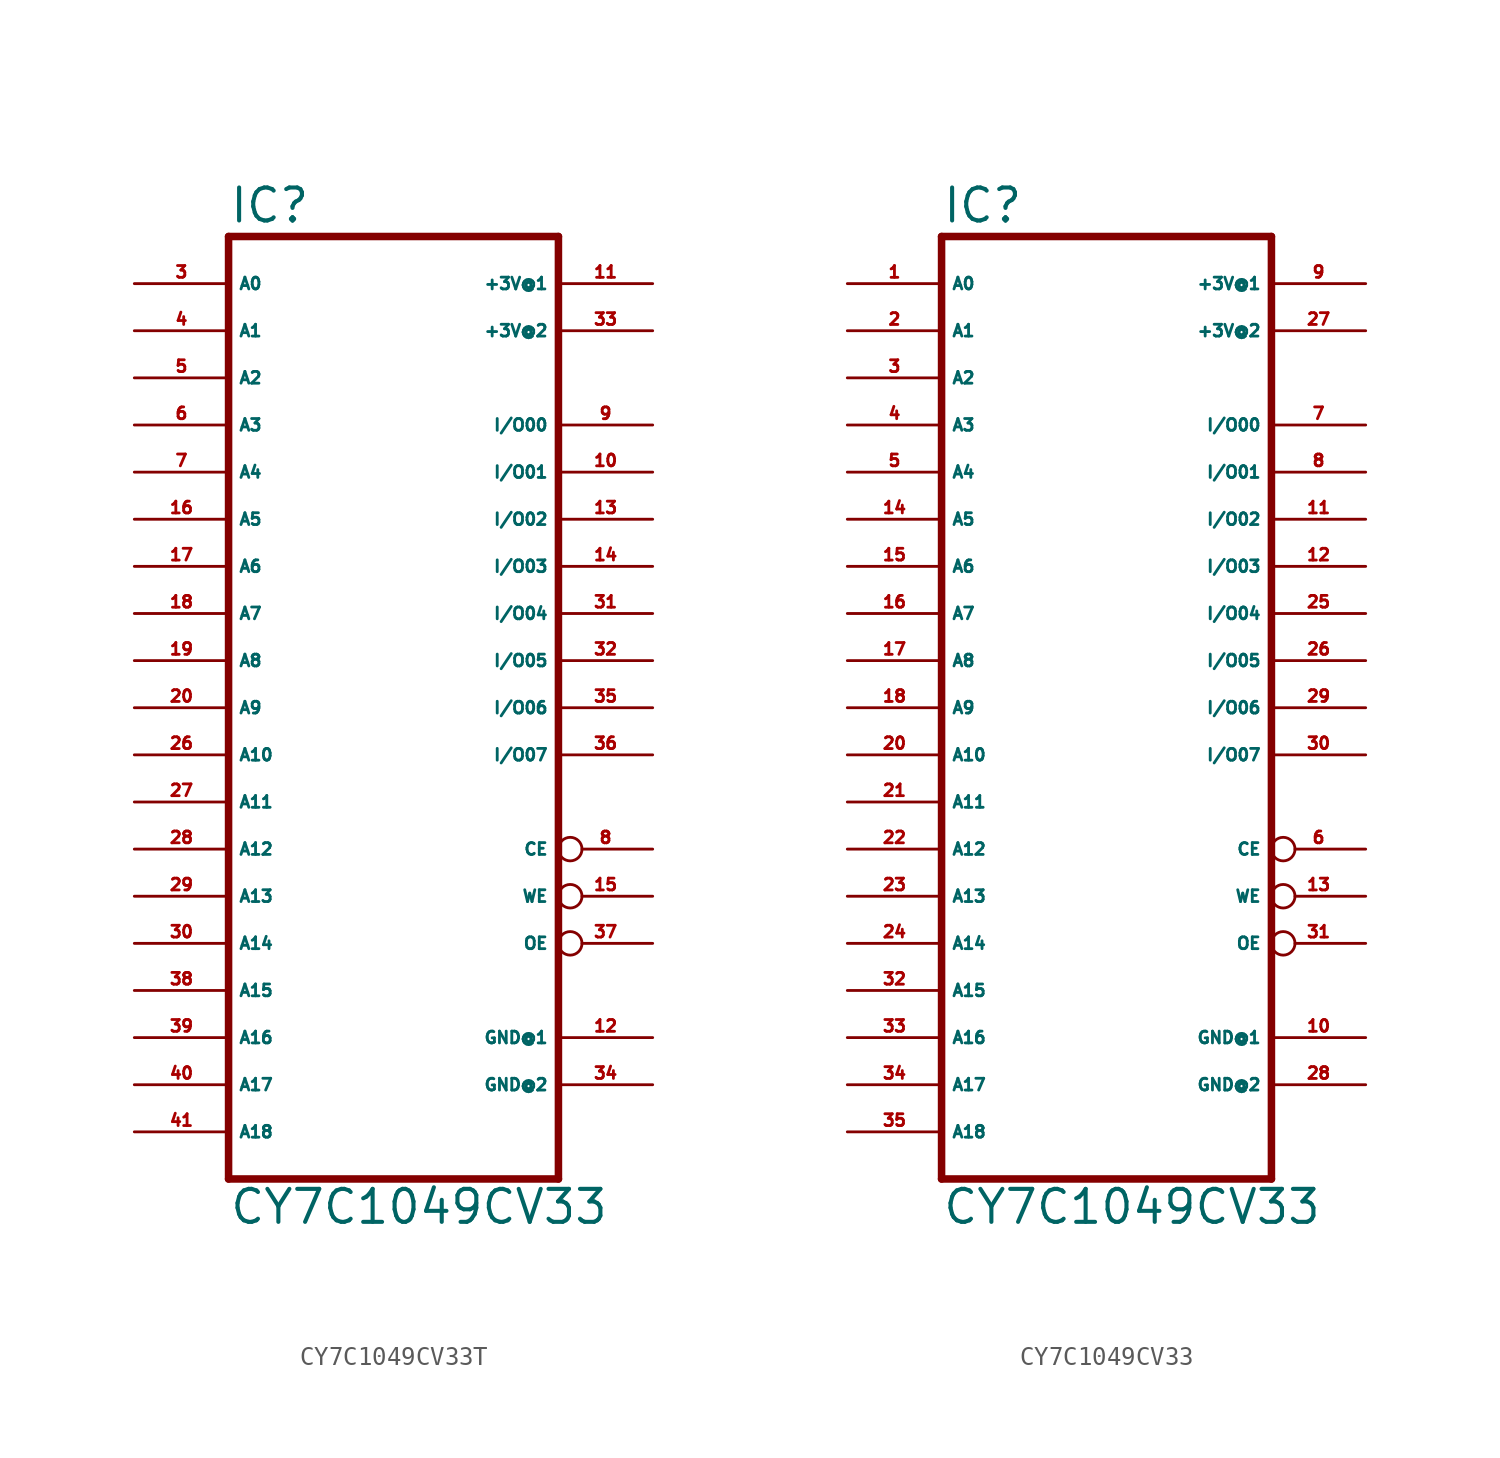
<source format=kicad_sym>
(kicad_symbol_lib
  (version 20220914)
  (generator Eagle2Kicad)
  (symbol "CY7C1049CV33T"
    (property "Reference" "IC"
      (at -7.62 26.035 0)
      (effects (font (size 1.778 1.778) (thickness 0.22)) (justify left bottom)))
    (property "Value" "CY7C1049CV33"
      (at -7.62 -27.94 0)
      (effects (font (size 1.778 1.778) (thickness 0.22)) (justify left bottom)))
    (polyline
      (pts (xy -7.62 25.4) (xy -7.62 -25.4))
      (stroke (width 0.406) (type default))
      (fill (type none)))
    (polyline
      (pts (xy 10.16 -25.4) (xy -7.62 -25.4))
      (stroke (width 0.406) (type default))
      (fill (type none)))
    (polyline
      (pts (xy 10.16 -25.4) (xy 10.16 25.4))
      (stroke (width 0.406) (type default))
      (fill (type none)))
    (polyline
      (pts (xy -7.62 25.4) (xy 10.16 25.4))
      (stroke (width 0.406) (type default))
      (fill (type none)))
    (pin input line
      (at -12.7 22.86 0)
      (length 5.08)
      (name "A0" (effects (font (size 0.635 0.635) (thickness 0.08)) (justify left bottom)))
      (number "3" (effects (font (size 0.635 0.635) (thickness 0.08)) (justify left bottom))))
    (pin input line
      (at -12.7 20.32 0)
      (length 5.08)
      (name "A1" (effects (font (size 0.635 0.635) (thickness 0.08)) (justify left bottom)))
      (number "4" (effects (font (size 0.635 0.635) (thickness 0.08)) (justify left bottom))))
    (pin input line
      (at -12.7 17.78 0)
      (length 5.08)
      (name "A2" (effects (font (size 0.635 0.635) (thickness 0.08)) (justify left bottom)))
      (number "5" (effects (font (size 0.635 0.635) (thickness 0.08)) (justify left bottom))))
    (pin input line
      (at -12.7 15.24 0)
      (length 5.08)
      (name "A3" (effects (font (size 0.635 0.635) (thickness 0.08)) (justify left bottom)))
      (number "6" (effects (font (size 0.635 0.635) (thickness 0.08)) (justify left bottom))))
    (pin input line
      (at -12.7 12.7 0)
      (length 5.08)
      (name "A4" (effects (font (size 0.635 0.635) (thickness 0.08)) (justify left bottom)))
      (number "7" (effects (font (size 0.635 0.635) (thickness 0.08)) (justify left bottom))))
    (pin input line
      (at -12.7 10.16 0)
      (length 5.08)
      (name "A5" (effects (font (size 0.635 0.635) (thickness 0.08)) (justify left bottom)))
      (number "16" (effects (font (size 0.635 0.635) (thickness 0.08)) (justify left bottom))))
    (pin input line
      (at -12.7 7.62 0)
      (length 5.08)
      (name "A6" (effects (font (size 0.635 0.635) (thickness 0.08)) (justify left bottom)))
      (number "17" (effects (font (size 0.635 0.635) (thickness 0.08)) (justify left bottom))))
    (pin input line
      (at -12.7 5.08 0)
      (length 5.08)
      (name "A7" (effects (font (size 0.635 0.635) (thickness 0.08)) (justify left bottom)))
      (number "18" (effects (font (size 0.635 0.635) (thickness 0.08)) (justify left bottom))))
    (pin input line
      (at -12.7 2.54 0)
      (length 5.08)
      (name "A8" (effects (font (size 0.635 0.635) (thickness 0.08)) (justify left bottom)))
      (number "19" (effects (font (size 0.635 0.635) (thickness 0.08)) (justify left bottom))))
    (pin bidirectional line
      (at 15.24 15.24 180)
      (length 5.08)
      (name "I/O00" (effects (font (size 0.635 0.635) (thickness 0.08)) (justify left bottom)))
      (number "9" (effects (font (size 0.635 0.635) (thickness 0.08)) (justify left bottom))))
    (pin bidirectional line
      (at 15.24 12.7 180)
      (length 5.08)
      (name "I/O01" (effects (font (size 0.635 0.635) (thickness 0.08)) (justify left bottom)))
      (number "10" (effects (font (size 0.635 0.635) (thickness 0.08)) (justify left bottom))))
    (pin bidirectional line
      (at 15.24 10.16 180)
      (length 5.08)
      (name "I/O02" (effects (font (size 0.635 0.635) (thickness 0.08)) (justify left bottom)))
      (number "13" (effects (font (size 0.635 0.635) (thickness 0.08)) (justify left bottom))))
    (pin bidirectional line
      (at 15.24 7.62 180)
      (length 5.08)
      (name "I/O03" (effects (font (size 0.635 0.635) (thickness 0.08)) (justify left bottom)))
      (number "14" (effects (font (size 0.635 0.635) (thickness 0.08)) (justify left bottom))))
    (pin bidirectional line
      (at 15.24 5.08 180)
      (length 5.08)
      (name "I/O04" (effects (font (size 0.635 0.635) (thickness 0.08)) (justify left bottom)))
      (number "31" (effects (font (size 0.635 0.635) (thickness 0.08)) (justify left bottom))))
    (pin bidirectional line
      (at 15.24 2.54 180)
      (length 5.08)
      (name "I/O05" (effects (font (size 0.635 0.635) (thickness 0.08)) (justify left bottom)))
      (number "32" (effects (font (size 0.635 0.635) (thickness 0.08)) (justify left bottom))))
    (pin bidirectional line
      (at 15.24 0 180)
      (length 5.08)
      (name "I/O06" (effects (font (size 0.635 0.635) (thickness 0.08)) (justify left bottom)))
      (number "35" (effects (font (size 0.635 0.635) (thickness 0.08)) (justify left bottom))))
    (pin bidirectional line
      (at 15.24 -2.54 180)
      (length 5.08)
      (name "I/O07" (effects (font (size 0.635 0.635) (thickness 0.08)) (justify left bottom)))
      (number "36" (effects (font (size 0.635 0.635) (thickness 0.08)) (justify left bottom))))
    (pin input line
      (at -12.7 0 0)
      (length 5.08)
      (name "A9" (effects (font (size 0.635 0.635) (thickness 0.08)) (justify left bottom)))
      (number "20" (effects (font (size 0.635 0.635) (thickness 0.08)) (justify left bottom))))
    (pin input line
      (at -12.7 -2.54 0)
      (length 5.08)
      (name "A10" (effects (font (size 0.635 0.635) (thickness 0.08)) (justify left bottom)))
      (number "26" (effects (font (size 0.635 0.635) (thickness 0.08)) (justify left bottom))))
    (pin input line
      (at -12.7 -5.08 0)
      (length 5.08)
      (name "A11" (effects (font (size 0.635 0.635) (thickness 0.08)) (justify left bottom)))
      (number "27" (effects (font (size 0.635 0.635) (thickness 0.08)) (justify left bottom))))
    (pin input line
      (at -12.7 -7.62 0)
      (length 5.08)
      (name "A12" (effects (font (size 0.635 0.635) (thickness 0.08)) (justify left bottom)))
      (number "28" (effects (font (size 0.635 0.635) (thickness 0.08)) (justify left bottom))))
    (pin input line
      (at -12.7 -10.16 0)
      (length 5.08)
      (name "A13" (effects (font (size 0.635 0.635) (thickness 0.08)) (justify left bottom)))
      (number "29" (effects (font (size 0.635 0.635) (thickness 0.08)) (justify left bottom))))
    (pin input line
      (at -12.7 -12.7 0)
      (length 5.08)
      (name "A14" (effects (font (size 0.635 0.635) (thickness 0.08)) (justify left bottom)))
      (number "30" (effects (font (size 0.635 0.635) (thickness 0.08)) (justify left bottom))))
    (pin input inverted
      (at 15.24 -10.16 180)
      (length 5.08)
      (name "WE" (effects (font (size 0.635 0.635) (thickness 0.08)) (justify left bottom)))
      (number "15" (effects (font (size 0.635 0.635) (thickness 0.08)) (justify left bottom))))
    (pin input inverted
      (at 15.24 -7.62 180)
      (length 5.08)
      (name "CE" (effects (font (size 0.635 0.635) (thickness 0.08)) (justify left bottom)))
      (number "8" (effects (font (size 0.635 0.635) (thickness 0.08)) (justify left bottom))))
    (pin input inverted
      (at 15.24 -12.7 180)
      (length 5.08)
      (name "OE" (effects (font (size 0.635 0.635) (thickness 0.08)) (justify left bottom)))
      (number "37" (effects (font (size 0.635 0.635) (thickness 0.08)) (justify left bottom))))
    (pin input line
      (at -12.7 -15.24 0)
      (length 5.08)
      (name "A15" (effects (font (size 0.635 0.635) (thickness 0.08)) (justify left bottom)))
      (number "38" (effects (font (size 0.635 0.635) (thickness 0.08)) (justify left bottom))))
    (pin input line
      (at -12.7 -17.78 0)
      (length 5.08)
      (name "A16" (effects (font (size 0.635 0.635) (thickness 0.08)) (justify left bottom)))
      (number "39" (effects (font (size 0.635 0.635) (thickness 0.08)) (justify left bottom))))
    (pin unspecified line
      (at 15.24 22.86 180)
      (length 5.08)
      (name "+3V@1" (effects (font (size 0.635 0.635) (thickness 0.08)) (justify left bottom)))
      (number "11" (effects (font (size 0.635 0.635) (thickness 0.08)) (justify left bottom))))
    (pin unspecified line
      (at 15.24 -17.78 180)
      (length 5.08)
      (name "GND@1" (effects (font (size 0.635 0.635) (thickness 0.08)) (justify left bottom)))
      (number "12" (effects (font (size 0.635 0.635) (thickness 0.08)) (justify left bottom))))
    (pin unspecified line
      (at 15.24 20.32 180)
      (length 5.08)
      (name "+3V@2" (effects (font (size 0.635 0.635) (thickness 0.08)) (justify left bottom)))
      (number "33" (effects (font (size 0.635 0.635) (thickness 0.08)) (justify left bottom))))
    (pin unspecified line
      (at 15.24 -20.32 180)
      (length 5.08)
      (name "GND@2" (effects (font (size 0.635 0.635) (thickness 0.08)) (justify left bottom)))
      (number "34" (effects (font (size 0.635 0.635) (thickness 0.08)) (justify left bottom))))
    (pin input line
      (at -12.7 -20.32 0)
      (length 5.08)
      (name "A17" (effects (font (size 0.635 0.635) (thickness 0.08)) (justify left bottom)))
      (number "40" (effects (font (size 0.635 0.635) (thickness 0.08)) (justify left bottom))))
    (pin input line
      (at -12.7 -22.86 0)
      (length 5.08)
      (name "A18" (effects (font (size 0.635 0.635) (thickness 0.08)) (justify left bottom)))
      (number "41" (effects (font (size 0.635 0.635) (thickness 0.08)) (justify left bottom)))))
  (symbol "CY7C1049CV33"
    (property "Reference" "IC"
      (at -7.62 26.035 0)
      (effects (font (size 1.778 1.778) (thickness 0.22)) (justify left bottom)))
    (property "Value" "CY7C1049CV33"
      (at -7.62 -27.94 0)
      (effects (font (size 1.778 1.778) (thickness 0.22)) (justify left bottom)))
    (polyline
      (pts (xy -7.62 25.4) (xy -7.62 -25.4))
      (stroke (width 0.406) (type default))
      (fill (type none)))
    (polyline
      (pts (xy 10.16 -25.4) (xy -7.62 -25.4))
      (stroke (width 0.406) (type default))
      (fill (type none)))
    (polyline
      (pts (xy 10.16 -25.4) (xy 10.16 25.4))
      (stroke (width 0.406) (type default))
      (fill (type none)))
    (polyline
      (pts (xy -7.62 25.4) (xy 10.16 25.4))
      (stroke (width 0.406) (type default))
      (fill (type none)))
    (pin input line
      (at -12.7 22.86 0)
      (length 5.08)
      (name "A0" (effects (font (size 0.635 0.635) (thickness 0.08)) (justify left bottom)))
      (number "1" (effects (font (size 0.635 0.635) (thickness 0.08)) (justify left bottom))))
    (pin input line
      (at -12.7 20.32 0)
      (length 5.08)
      (name "A1" (effects (font (size 0.635 0.635) (thickness 0.08)) (justify left bottom)))
      (number "2" (effects (font (size 0.635 0.635) (thickness 0.08)) (justify left bottom))))
    (pin input line
      (at -12.7 17.78 0)
      (length 5.08)
      (name "A2" (effects (font (size 0.635 0.635) (thickness 0.08)) (justify left bottom)))
      (number "3" (effects (font (size 0.635 0.635) (thickness 0.08)) (justify left bottom))))
    (pin input line
      (at -12.7 15.24 0)
      (length 5.08)
      (name "A3" (effects (font (size 0.635 0.635) (thickness 0.08)) (justify left bottom)))
      (number "4" (effects (font (size 0.635 0.635) (thickness 0.08)) (justify left bottom))))
    (pin input line
      (at -12.7 12.7 0)
      (length 5.08)
      (name "A4" (effects (font (size 0.635 0.635) (thickness 0.08)) (justify left bottom)))
      (number "5" (effects (font (size 0.635 0.635) (thickness 0.08)) (justify left bottom))))
    (pin input line
      (at -12.7 10.16 0)
      (length 5.08)
      (name "A5" (effects (font (size 0.635 0.635) (thickness 0.08)) (justify left bottom)))
      (number "14" (effects (font (size 0.635 0.635) (thickness 0.08)) (justify left bottom))))
    (pin input line
      (at -12.7 7.62 0)
      (length 5.08)
      (name "A6" (effects (font (size 0.635 0.635) (thickness 0.08)) (justify left bottom)))
      (number "15" (effects (font (size 0.635 0.635) (thickness 0.08)) (justify left bottom))))
    (pin input line
      (at -12.7 5.08 0)
      (length 5.08)
      (name "A7" (effects (font (size 0.635 0.635) (thickness 0.08)) (justify left bottom)))
      (number "16" (effects (font (size 0.635 0.635) (thickness 0.08)) (justify left bottom))))
    (pin input line
      (at -12.7 2.54 0)
      (length 5.08)
      (name "A8" (effects (font (size 0.635 0.635) (thickness 0.08)) (justify left bottom)))
      (number "17" (effects (font (size 0.635 0.635) (thickness 0.08)) (justify left bottom))))
    (pin bidirectional line
      (at 15.24 15.24 180)
      (length 5.08)
      (name "I/O00" (effects (font (size 0.635 0.635) (thickness 0.08)) (justify left bottom)))
      (number "7" (effects (font (size 0.635 0.635) (thickness 0.08)) (justify left bottom))))
    (pin bidirectional line
      (at 15.24 12.7 180)
      (length 5.08)
      (name "I/O01" (effects (font (size 0.635 0.635) (thickness 0.08)) (justify left bottom)))
      (number "8" (effects (font (size 0.635 0.635) (thickness 0.08)) (justify left bottom))))
    (pin bidirectional line
      (at 15.24 10.16 180)
      (length 5.08)
      (name "I/O02" (effects (font (size 0.635 0.635) (thickness 0.08)) (justify left bottom)))
      (number "11" (effects (font (size 0.635 0.635) (thickness 0.08)) (justify left bottom))))
    (pin bidirectional line
      (at 15.24 7.62 180)
      (length 5.08)
      (name "I/O03" (effects (font (size 0.635 0.635) (thickness 0.08)) (justify left bottom)))
      (number "12" (effects (font (size 0.635 0.635) (thickness 0.08)) (justify left bottom))))
    (pin bidirectional line
      (at 15.24 5.08 180)
      (length 5.08)
      (name "I/O04" (effects (font (size 0.635 0.635) (thickness 0.08)) (justify left bottom)))
      (number "25" (effects (font (size 0.635 0.635) (thickness 0.08)) (justify left bottom))))
    (pin bidirectional line
      (at 15.24 2.54 180)
      (length 5.08)
      (name "I/O05" (effects (font (size 0.635 0.635) (thickness 0.08)) (justify left bottom)))
      (number "26" (effects (font (size 0.635 0.635) (thickness 0.08)) (justify left bottom))))
    (pin bidirectional line
      (at 15.24 0 180)
      (length 5.08)
      (name "I/O06" (effects (font (size 0.635 0.635) (thickness 0.08)) (justify left bottom)))
      (number "29" (effects (font (size 0.635 0.635) (thickness 0.08)) (justify left bottom))))
    (pin bidirectional line
      (at 15.24 -2.54 180)
      (length 5.08)
      (name "I/O07" (effects (font (size 0.635 0.635) (thickness 0.08)) (justify left bottom)))
      (number "30" (effects (font (size 0.635 0.635) (thickness 0.08)) (justify left bottom))))
    (pin input line
      (at -12.7 0 0)
      (length 5.08)
      (name "A9" (effects (font (size 0.635 0.635) (thickness 0.08)) (justify left bottom)))
      (number "18" (effects (font (size 0.635 0.635) (thickness 0.08)) (justify left bottom))))
    (pin input line
      (at -12.7 -2.54 0)
      (length 5.08)
      (name "A10" (effects (font (size 0.635 0.635) (thickness 0.08)) (justify left bottom)))
      (number "20" (effects (font (size 0.635 0.635) (thickness 0.08)) (justify left bottom))))
    (pin input line
      (at -12.7 -5.08 0)
      (length 5.08)
      (name "A11" (effects (font (size 0.635 0.635) (thickness 0.08)) (justify left bottom)))
      (number "21" (effects (font (size 0.635 0.635) (thickness 0.08)) (justify left bottom))))
    (pin input line
      (at -12.7 -7.62 0)
      (length 5.08)
      (name "A12" (effects (font (size 0.635 0.635) (thickness 0.08)) (justify left bottom)))
      (number "22" (effects (font (size 0.635 0.635) (thickness 0.08)) (justify left bottom))))
    (pin input line
      (at -12.7 -10.16 0)
      (length 5.08)
      (name "A13" (effects (font (size 0.635 0.635) (thickness 0.08)) (justify left bottom)))
      (number "23" (effects (font (size 0.635 0.635) (thickness 0.08)) (justify left bottom))))
    (pin input line
      (at -12.7 -12.7 0)
      (length 5.08)
      (name "A14" (effects (font (size 0.635 0.635) (thickness 0.08)) (justify left bottom)))
      (number "24" (effects (font (size 0.635 0.635) (thickness 0.08)) (justify left bottom))))
    (pin input inverted
      (at 15.24 -10.16 180)
      (length 5.08)
      (name "WE" (effects (font (size 0.635 0.635) (thickness 0.08)) (justify left bottom)))
      (number "13" (effects (font (size 0.635 0.635) (thickness 0.08)) (justify left bottom))))
    (pin input inverted
      (at 15.24 -7.62 180)
      (length 5.08)
      (name "CE" (effects (font (size 0.635 0.635) (thickness 0.08)) (justify left bottom)))
      (number "6" (effects (font (size 0.635 0.635) (thickness 0.08)) (justify left bottom))))
    (pin input inverted
      (at 15.24 -12.7 180)
      (length 5.08)
      (name "OE" (effects (font (size 0.635 0.635) (thickness 0.08)) (justify left bottom)))
      (number "31" (effects (font (size 0.635 0.635) (thickness 0.08)) (justify left bottom))))
    (pin input line
      (at -12.7 -15.24 0)
      (length 5.08)
      (name "A15" (effects (font (size 0.635 0.635) (thickness 0.08)) (justify left bottom)))
      (number "32" (effects (font (size 0.635 0.635) (thickness 0.08)) (justify left bottom))))
    (pin input line
      (at -12.7 -17.78 0)
      (length 5.08)
      (name "A16" (effects (font (size 0.635 0.635) (thickness 0.08)) (justify left bottom)))
      (number "33" (effects (font (size 0.635 0.635) (thickness 0.08)) (justify left bottom))))
    (pin unspecified line
      (at 15.24 22.86 180)
      (length 5.08)
      (name "+3V@1" (effects (font (size 0.635 0.635) (thickness 0.08)) (justify left bottom)))
      (number "9" (effects (font (size 0.635 0.635) (thickness 0.08)) (justify left bottom))))
    (pin unspecified line
      (at 15.24 -17.78 180)
      (length 5.08)
      (name "GND@1" (effects (font (size 0.635 0.635) (thickness 0.08)) (justify left bottom)))
      (number "10" (effects (font (size 0.635 0.635) (thickness 0.08)) (justify left bottom))))
    (pin unspecified line
      (at 15.24 20.32 180)
      (length 5.08)
      (name "+3V@2" (effects (font (size 0.635 0.635) (thickness 0.08)) (justify left bottom)))
      (number "27" (effects (font (size 0.635 0.635) (thickness 0.08)) (justify left bottom))))
    (pin unspecified line
      (at 15.24 -20.32 180)
      (length 5.08)
      (name "GND@2" (effects (font (size 0.635 0.635) (thickness 0.08)) (justify left bottom)))
      (number "28" (effects (font (size 0.635 0.635) (thickness 0.08)) (justify left bottom))))
    (pin input line
      (at -12.7 -20.32 0)
      (length 5.08)
      (name "A17" (effects (font (size 0.635 0.635) (thickness 0.08)) (justify left bottom)))
      (number "34" (effects (font (size 0.635 0.635) (thickness 0.08)) (justify left bottom))))
    (pin input line
      (at -12.7 -22.86 0)
      (length 5.08)
      (name "A18" (effects (font (size 0.635 0.635) (thickness 0.08)) (justify left bottom)))
      (number "35" (effects (font (size 0.635 0.635) (thickness 0.08)) (justify left bottom))))))
</source>
